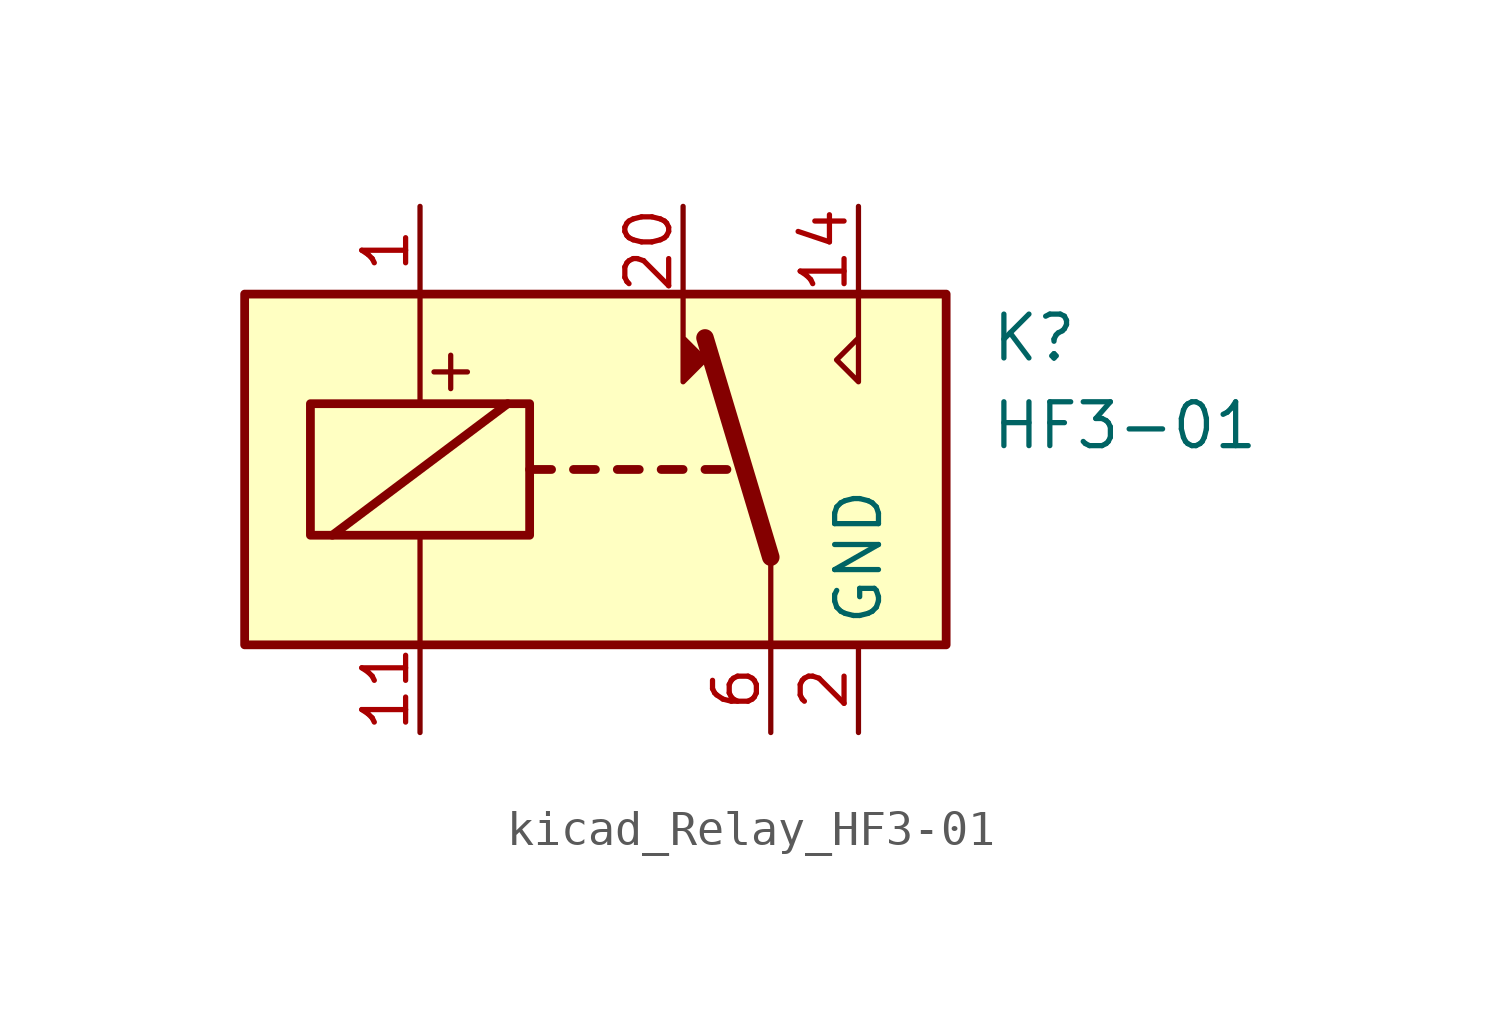
<source format=kicad_sym>
(kicad_symbol_lib
  (version 20220914)
  (generator kicad_symbol_editor)
  (symbol "kicad_Relay_HF3-01"
    (property "Reference" "K"
      (at 11.43 3.81 0)
      (effects (font (size 1.27 1.27)) (justify left)))
    (property "Value" "HF3-01"
      (at 11.43 1.27 0)
      (effects (font (size 1.27 1.27)) (justify left)))
    (symbol "kicad_Relay_HF3-01_0_0"
      (polyline (pts (xy 7.62 5.08) (xy 7.62 2.54) (xy 6.985 3.175) (xy 7.62 3.81)) (stroke (width 0) (type default)) (fill (type none)))
      (text "+" (at -4.191 2.921 0) (effects (font (size 1.27 1.27)))))
    (symbol "kicad_Relay_HF3-01_0_1"
      (rectangle (start -10.16 5.08) (end 10.16 -5.08) (stroke (width 0.254) (type default)) (fill (type background)))
      (rectangle (start -8.255 1.905) (end -1.905 -1.905) (stroke (width 0.254) (type default)) (fill (type none)))
      (polyline (pts (xy -7.62 -1.905) (xy -2.54 1.905)) (stroke (width 0.254) (type default)) (fill (type none)))
      (polyline (pts (xy -5.08 -5.08) (xy -5.08 -1.905)) (stroke (width 0) (type default)) (fill (type none)))
      (polyline (pts (xy -5.08 5.08) (xy -5.08 1.905)) (stroke (width 0) (type default)) (fill (type none)))
      (polyline (pts (xy -1.905 0) (xy -1.27 0)) (stroke (width 0.254) (type default)) (fill (type none)))
      (polyline (pts (xy -0.635 0) (xy 0 0)) (stroke (width 0.254) (type default)) (fill (type none)))
      (polyline (pts (xy 0.635 0) (xy 1.27 0)) (stroke (width 0.254) (type default)) (fill (type none)))
      (polyline (pts (xy 1.905 0) (xy 2.54 0)) (stroke (width 0.254) (type default)) (fill (type none)))
      (polyline (pts (xy 3.175 0) (xy 3.81 0)) (stroke (width 0.254) (type default)) (fill (type none)))
      (polyline (pts (xy 5.08 -2.54) (xy 3.175 3.81)) (stroke (width 0.508) (type default)) (fill (type none)))
      (polyline (pts (xy 5.08 -2.54) (xy 5.08 -5.08)) (stroke (width 0) (type default)) (fill (type none)))
      (polyline (pts (xy 2.54 5.08) (xy 2.54 2.54) (xy 3.175 3.175) (xy 2.54 3.81)) (stroke (width 0) (type default)) (fill (type outline))))
    (symbol "kicad_Relay_HF3-01_1_1"
      (pin passive line (at -5.08 7.62 270) (length 2.54) (name "~" (effects (font (size 1.27 1.27)))) (number "1" (effects (font (size 1.27 1.27)))))
      (pin passive line (at 7.62 -7.62 90) (length 2.54) hide (name "GND" (effects (font (size 1.27 1.27)))) (number "10" (effects (font (size 1.27 1.27)))))
      (pin passive line (at -5.08 -7.62 90) (length 2.54) (name "~" (effects (font (size 1.27 1.27)))) (number "11" (effects (font (size 1.27 1.27)))))
      (pin passive line (at 7.62 -7.62 90) (length 2.54) hide (name "GND" (effects (font (size 1.27 1.27)))) (number "12" (effects (font (size 1.27 1.27)))))
      (pin passive line (at 7.62 -7.62 90) (length 2.54) hide (name "GND" (effects (font (size 1.27 1.27)))) (number "13" (effects (font (size 1.27 1.27)))))
      (pin passive line (at 7.62 7.62 270) (length 2.54) (name "~" (effects (font (size 1.27 1.27)))) (number "14" (effects (font (size 1.27 1.27)))))
      (pin passive line (at 7.62 -7.62 90) (length 2.54) hide (name "GND" (effects (font (size 1.27 1.27)))) (number "15" (effects (font (size 1.27 1.27)))))
      (pin passive line (at 7.62 -7.62 90) (length 2.54) hide (name "GND" (effects (font (size 1.27 1.27)))) (number "17" (effects (font (size 1.27 1.27)))))
      (pin passive line (at 7.62 -7.62 90) (length 2.54) hide (name "GND" (effects (font (size 1.27 1.27)))) (number "19" (effects (font (size 1.27 1.27)))))
      (pin power_in line (at 7.62 -7.62 90) (length 2.54) (name "GND" (effects (font (size 1.27 1.27)))) (number "2" (effects (font (size 1.27 1.27)))))
      (pin passive line (at 2.54 7.62 270) (length 2.54) (name "~" (effects (font (size 1.27 1.27)))) (number "20" (effects (font (size 1.27 1.27)))))
      (pin passive line (at 7.62 -7.62 90) (length 2.54) hide (name "GND" (effects (font (size 1.27 1.27)))) (number "21" (effects (font (size 1.27 1.27)))))
      (pin passive line (at 7.62 -7.62 90) (length 2.54) hide (name "GND" (effects (font (size 1.27 1.27)))) (number "22" (effects (font (size 1.27 1.27)))))
      (pin passive line (at 7.62 -7.62 90) (length 2.54) hide (name "GND" (effects (font (size 1.27 1.27)))) (number "5" (effects (font (size 1.27 1.27)))))
      (pin passive line (at 5.08 -7.62 90) (length 2.54) (name "~" (effects (font (size 1.27 1.27)))) (number "6" (effects (font (size 1.27 1.27)))))
      (pin passive line (at 7.62 -7.62 90) (length 2.54) hide (name "GND" (effects (font (size 1.27 1.27)))) (number "7" (effects (font (size 1.27 1.27))))))))
</source>
